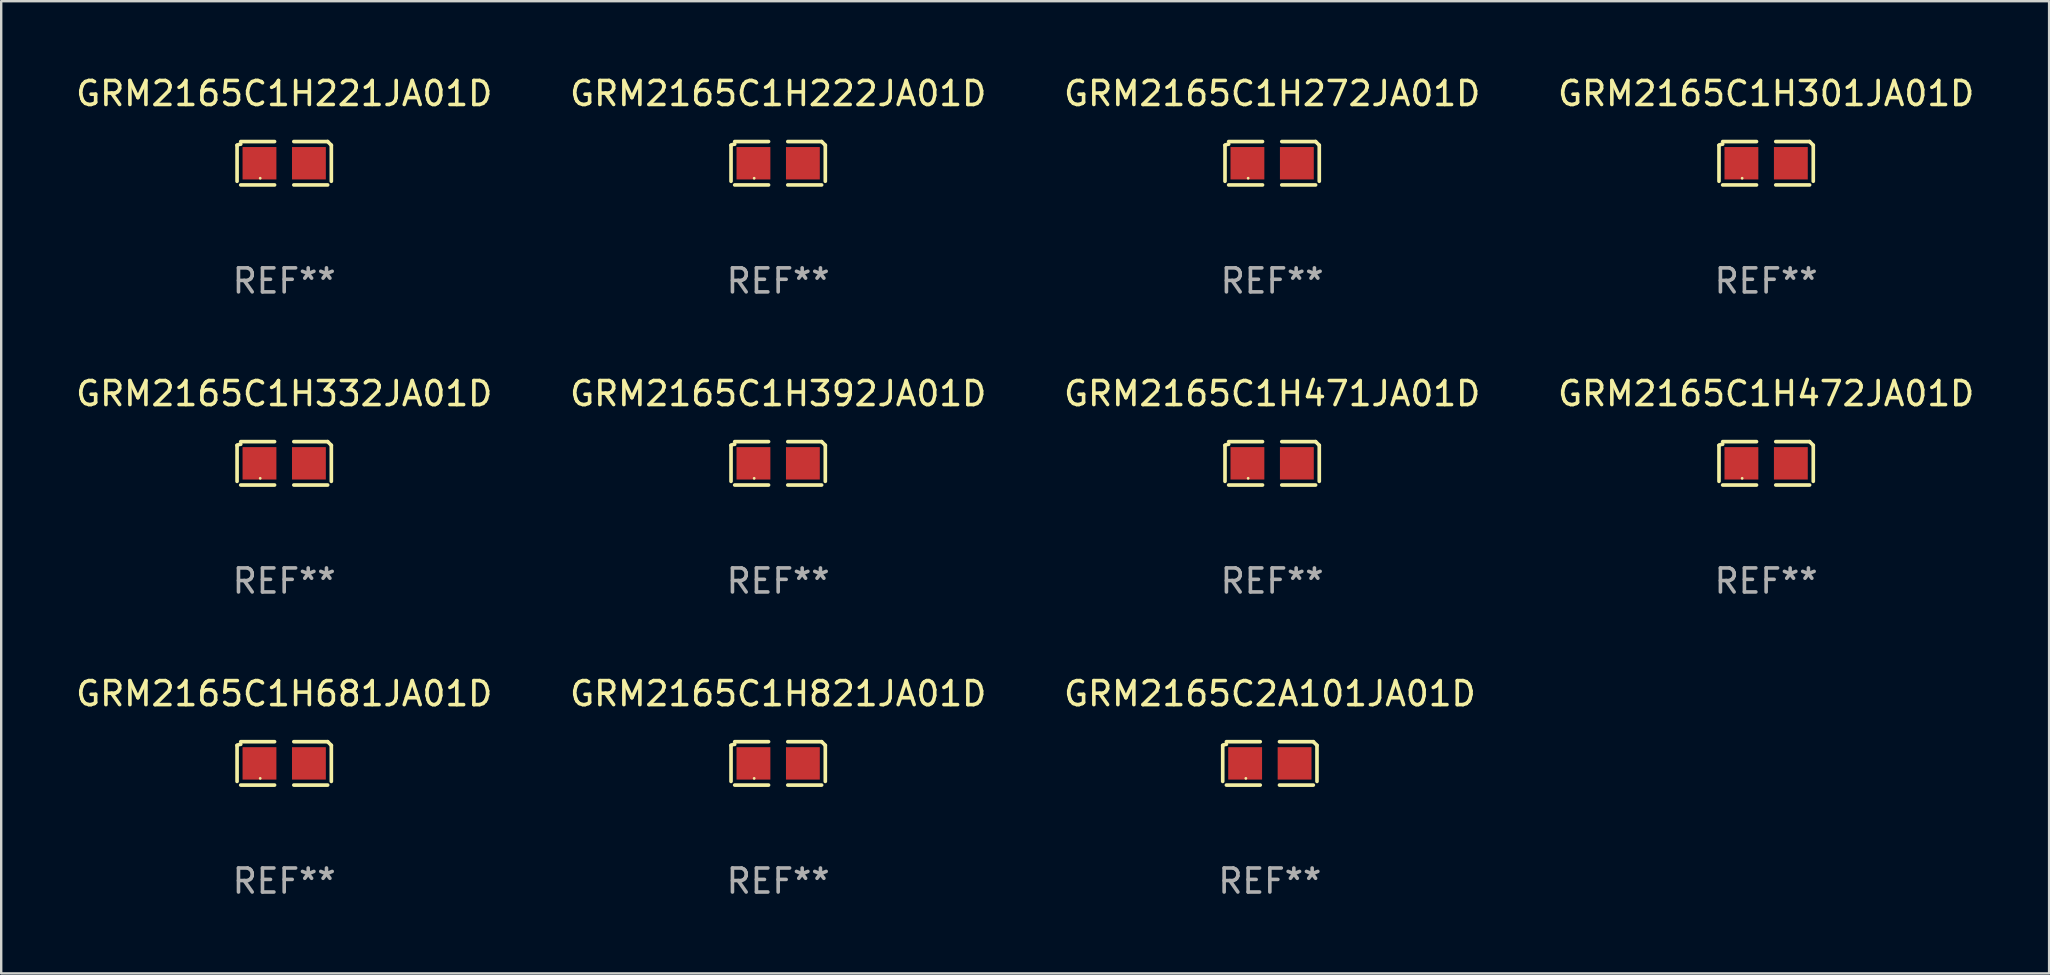
<source format=kicad_pcb>
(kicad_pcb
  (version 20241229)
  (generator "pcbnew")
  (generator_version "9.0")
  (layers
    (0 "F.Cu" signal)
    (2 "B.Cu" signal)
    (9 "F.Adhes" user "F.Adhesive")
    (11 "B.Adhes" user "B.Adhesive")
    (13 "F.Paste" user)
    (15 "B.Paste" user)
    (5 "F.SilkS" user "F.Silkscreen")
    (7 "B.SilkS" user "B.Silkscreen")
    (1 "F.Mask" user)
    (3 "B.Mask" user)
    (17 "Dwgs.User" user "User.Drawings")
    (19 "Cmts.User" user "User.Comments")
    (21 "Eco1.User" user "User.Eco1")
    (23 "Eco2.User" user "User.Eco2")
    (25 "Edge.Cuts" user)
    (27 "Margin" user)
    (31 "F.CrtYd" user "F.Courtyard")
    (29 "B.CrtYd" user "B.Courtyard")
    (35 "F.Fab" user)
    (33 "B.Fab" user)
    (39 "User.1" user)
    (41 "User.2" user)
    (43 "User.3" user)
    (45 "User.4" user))
  (footprint "GRM2165C1H301JA01D"
    (layer "F.Cu")
    (at 70.542 3.752)
    (property "Reference" "GRM2165C1H301JA01D" (at 0 -2.904 0) (layer "F.SilkS") (effects (font (size 1 1) (thickness 0.15))))
    (attr through_hole)
    (fp_line (start -1.964 0.751) (end -1.964 -0.751) (stroke (width 0.152) (type solid)) (layer "F.SilkS"))
    (fp_line (start -1.811 -0.904) (end -0.401 -0.904) (stroke (width 0.152) (type solid)) (layer "F.SilkS"))
    (fp_line (start -0.401 0.904) (end -1.811 0.904) (stroke (width 0.152) (type solid)) (layer "F.SilkS"))
    (fp_line (start 0.401 0.904) (end 1.811 0.904) (stroke (width 0.152) (type solid)) (layer "F.SilkS"))
    (fp_line (start 1.811 -0.904) (end 0.401 -0.904) (stroke (width 0.152) (type solid)) (layer "F.SilkS"))
    (fp_line (start 1.964 0.751) (end 1.964 -0.751) (stroke (width 0.152) (type solid)) (layer "F.SilkS"))
    (fp_arc (start -1.963602 -0.751207) (mid -1.890354 -0.783131) (end -1.811201 -0.794044) (stroke (width 0.1524) (type solid)) (layer "F.SilkS"))
    (fp_arc (start 1.811202 -0.903607) (mid 1.887413 -0.827418) (end 1.963602 -0.751207) (stroke (width 0.1524) (type solid)) (layer "F.SilkS"))
    (fp_circle (center -1 0.625) (end -0.97 0.625) (stroke (width 0.06) (type solid)) (fill no) (layer "F.SilkS"))
    (fp_text user "REF**" (at 0 4.904 0) (layer "F.Fab") (effects (font (size 1 1) (thickness 0.15))))
    (pad "1" smd rect (at -1.03 0) (size 1.41 1.35) (layers "F.Cu" "F.Mask" "F.Paste"))
    (pad "2" smd rect (at 1.03 0) (size 1.41 1.35) (layers "F.Cu" "F.Mask" "F.Paste")))
  (footprint "GRM2165C1H222JA01D"
    (layer "F.Cu")
    (at 29.375 3.752)
    (property "Reference" "GRM2165C1H222JA01D" (at 0 -2.904 0) (layer "F.SilkS") (effects (font (size 1 1) (thickness 0.15))))
    (attr through_hole)
    (fp_line (start -1.964 0.751) (end -1.964 -0.751) (stroke (width 0.152) (type solid)) (layer "F.SilkS"))
    (fp_line (start -1.811 -0.904) (end -0.401 -0.904) (stroke (width 0.152) (type solid)) (layer "F.SilkS"))
    (fp_line (start -0.401 0.904) (end -1.811 0.904) (stroke (width 0.152) (type solid)) (layer "F.SilkS"))
    (fp_line (start 0.401 0.904) (end 1.811 0.904) (stroke (width 0.152) (type solid)) (layer "F.SilkS"))
    (fp_line (start 1.811 -0.904) (end 0.401 -0.904) (stroke (width 0.152) (type solid)) (layer "F.SilkS"))
    (fp_line (start 1.964 0.751) (end 1.964 -0.751) (stroke (width 0.152) (type solid)) (layer "F.SilkS"))
    (fp_arc (start -1.963602 -0.751207) (mid -1.890354 -0.783131) (end -1.811201 -0.794044) (stroke (width 0.1524) (type solid)) (layer "F.SilkS"))
    (fp_arc (start 1.811202 -0.903607) (mid 1.887413 -0.827418) (end 1.963602 -0.751207) (stroke (width 0.1524) (type solid)) (layer "F.SilkS"))
    (fp_circle (center -1 0.625) (end -0.97 0.625) (stroke (width 0.06) (type solid)) (fill no) (layer "F.SilkS"))
    (fp_text user "REF**" (at 0 4.904 0) (layer "F.Fab") (effects (font (size 1 1) (thickness 0.15))))
    (pad "1" smd rect (at -1.03 0) (size 1.41 1.35) (layers "F.Cu" "F.Mask" "F.Paste"))
    (pad "2" smd rect (at 1.03 0) (size 1.41 1.35) (layers "F.Cu" "F.Mask" "F.Paste")))
  (footprint "GRM2165C1H221JA01D"
    (layer "F.Cu")
    (at 8.792 3.752)
    (property "Reference" "GRM2165C1H221JA01D" (at 0 -2.904 0) (layer "F.SilkS") (effects (font (size 1 1) (thickness 0.15))))
    (attr through_hole)
    (fp_line (start -1.964 0.751) (end -1.964 -0.751) (stroke (width 0.152) (type solid)) (layer "F.SilkS"))
    (fp_line (start -1.811 -0.904) (end -0.401 -0.904) (stroke (width 0.152) (type solid)) (layer "F.SilkS"))
    (fp_line (start -0.401 0.904) (end -1.811 0.904) (stroke (width 0.152) (type solid)) (layer "F.SilkS"))
    (fp_line (start 0.401 0.904) (end 1.811 0.904) (stroke (width 0.152) (type solid)) (layer "F.SilkS"))
    (fp_line (start 1.811 -0.904) (end 0.401 -0.904) (stroke (width 0.152) (type solid)) (layer "F.SilkS"))
    (fp_line (start 1.964 0.751) (end 1.964 -0.751) (stroke (width 0.152) (type solid)) (layer "F.SilkS"))
    (fp_arc (start -1.963602 -0.751207) (mid -1.890354 -0.783131) (end -1.811201 -0.794044) (stroke (width 0.1524) (type solid)) (layer "F.SilkS"))
    (fp_arc (start 1.811202 -0.903607) (mid 1.887413 -0.827418) (end 1.963602 -0.751207) (stroke (width 0.1524) (type solid)) (layer "F.SilkS"))
    (fp_circle (center -1 0.625) (end -0.97 0.625) (stroke (width 0.06) (type solid)) (fill no) (layer "F.SilkS"))
    (fp_text user "REF**" (at 0 4.904 0) (layer "F.Fab") (effects (font (size 1 1) (thickness 0.15))))
    (pad "1" smd rect (at -1.03 0) (size 1.41 1.35) (layers "F.Cu" "F.Mask" "F.Paste"))
    (pad "2" smd rect (at 1.03 0) (size 1.41 1.35) (layers "F.Cu" "F.Mask" "F.Paste")))
  (footprint "GRM2165C1H332JA01D"
    (layer "F.Cu")
    (at 8.792 16.256)
    (property "Reference" "GRM2165C1H332JA01D" (at 0 -2.904 0) (layer "F.SilkS") (effects (font (size 1 1) (thickness 0.15))))
    (attr through_hole)
    (fp_line (start -1.964 0.751) (end -1.964 -0.751) (stroke (width 0.152) (type solid)) (layer "F.SilkS"))
    (fp_line (start -1.811 -0.904) (end -0.401 -0.904) (stroke (width 0.152) (type solid)) (layer "F.SilkS"))
    (fp_line (start -0.401 0.904) (end -1.811 0.904) (stroke (width 0.152) (type solid)) (layer "F.SilkS"))
    (fp_line (start 0.401 0.904) (end 1.811 0.904) (stroke (width 0.152) (type solid)) (layer "F.SilkS"))
    (fp_line (start 1.811 -0.904) (end 0.401 -0.904) (stroke (width 0.152) (type solid)) (layer "F.SilkS"))
    (fp_line (start 1.964 0.751) (end 1.964 -0.751) (stroke (width 0.152) (type solid)) (layer "F.SilkS"))
    (fp_arc (start -1.963602 -0.751207) (mid -1.890354 -0.783131) (end -1.811201 -0.794044) (stroke (width 0.1524) (type solid)) (layer "F.SilkS"))
    (fp_arc (start 1.811202 -0.903607) (mid 1.887413 -0.827418) (end 1.963602 -0.751207) (stroke (width 0.1524) (type solid)) (layer "F.SilkS"))
    (fp_circle (center -1 0.625) (end -0.97 0.625) (stroke (width 0.06) (type solid)) (fill no) (layer "F.SilkS"))
    (fp_text user "REF**" (at 0 4.904 0) (layer "F.Fab") (effects (font (size 1 1) (thickness 0.15))))
    (pad "1" smd rect (at -1.03 0) (size 1.41 1.35) (layers "F.Cu" "F.Mask" "F.Paste"))
    (pad "2" smd rect (at 1.03 0) (size 1.41 1.35) (layers "F.Cu" "F.Mask" "F.Paste")))
  (footprint "GRM2165C1H392JA01D"
    (layer "F.Cu")
    (at 29.375 16.256)
    (property "Reference" "GRM2165C1H392JA01D" (at 0 -2.904 0) (layer "F.SilkS") (effects (font (size 1 1) (thickness 0.15))))
    (attr through_hole)
    (fp_line (start -1.964 0.751) (end -1.964 -0.751) (stroke (width 0.152) (type solid)) (layer "F.SilkS"))
    (fp_line (start -1.811 -0.904) (end -0.401 -0.904) (stroke (width 0.152) (type solid)) (layer "F.SilkS"))
    (fp_line (start -0.401 0.904) (end -1.811 0.904) (stroke (width 0.152) (type solid)) (layer "F.SilkS"))
    (fp_line (start 0.401 0.904) (end 1.811 0.904) (stroke (width 0.152) (type solid)) (layer "F.SilkS"))
    (fp_line (start 1.811 -0.904) (end 0.401 -0.904) (stroke (width 0.152) (type solid)) (layer "F.SilkS"))
    (fp_line (start 1.964 0.751) (end 1.964 -0.751) (stroke (width 0.152) (type solid)) (layer "F.SilkS"))
    (fp_arc (start -1.963602 -0.751207) (mid -1.890354 -0.783131) (end -1.811201 -0.794044) (stroke (width 0.1524) (type solid)) (layer "F.SilkS"))
    (fp_arc (start 1.811202 -0.903607) (mid 1.887413 -0.827418) (end 1.963602 -0.751207) (stroke (width 0.1524) (type solid)) (layer "F.SilkS"))
    (fp_circle (center -1 0.625) (end -0.97 0.625) (stroke (width 0.06) (type solid)) (fill no) (layer "F.SilkS"))
    (fp_text user "REF**" (at 0 4.904 0) (layer "F.Fab") (effects (font (size 1 1) (thickness 0.15))))
    (pad "1" smd rect (at -1.03 0) (size 1.41 1.35) (layers "F.Cu" "F.Mask" "F.Paste"))
    (pad "2" smd rect (at 1.03 0) (size 1.41 1.35) (layers "F.Cu" "F.Mask" "F.Paste")))
  (footprint "GRM2165C1H272JA01D"
    (layer "F.Cu")
    (at 49.958 3.752)
    (property "Reference" "GRM2165C1H272JA01D" (at 0 -2.904 0) (layer "F.SilkS") (effects (font (size 1 1) (thickness 0.15))))
    (attr through_hole)
    (fp_line (start -1.964 0.751) (end -1.964 -0.751) (stroke (width 0.152) (type solid)) (layer "F.SilkS"))
    (fp_line (start -1.811 -0.904) (end -0.401 -0.904) (stroke (width 0.152) (type solid)) (layer "F.SilkS"))
    (fp_line (start -0.401 0.904) (end -1.811 0.904) (stroke (width 0.152) (type solid)) (layer "F.SilkS"))
    (fp_line (start 0.401 0.904) (end 1.811 0.904) (stroke (width 0.152) (type solid)) (layer "F.SilkS"))
    (fp_line (start 1.811 -0.904) (end 0.401 -0.904) (stroke (width 0.152) (type solid)) (layer "F.SilkS"))
    (fp_line (start 1.964 0.751) (end 1.964 -0.751) (stroke (width 0.152) (type solid)) (layer "F.SilkS"))
    (fp_arc (start -1.963602 -0.751207) (mid -1.890354 -0.783131) (end -1.811201 -0.794044) (stroke (width 0.1524) (type solid)) (layer "F.SilkS"))
    (fp_arc (start 1.811202 -0.903607) (mid 1.887413 -0.827418) (end 1.963602 -0.751207) (stroke (width 0.1524) (type solid)) (layer "F.SilkS"))
    (fp_circle (center -1 0.625) (end -0.97 0.625) (stroke (width 0.06) (type solid)) (fill no) (layer "F.SilkS"))
    (fp_text user "REF**" (at 0 4.904 0) (layer "F.Fab") (effects (font (size 1 1) (thickness 0.15))))
    (pad "1" smd rect (at -1.03 0) (size 1.41 1.35) (layers "F.Cu" "F.Mask" "F.Paste"))
    (pad "2" smd rect (at 1.03 0) (size 1.41 1.35) (layers "F.Cu" "F.Mask" "F.Paste")))
  (footprint "GRM2165C2A101JA01D"
    (layer "F.Cu")
    (at 49.863 28.759)
    (property "Reference" "GRM2165C2A101JA01D" (at 0 -2.904 0) (layer "F.SilkS") (effects (font (size 1 1) (thickness 0.15))))
    (attr through_hole)
    (fp_line (start -1.964 0.751) (end -1.964 -0.751) (stroke (width 0.152) (type solid)) (layer "F.SilkS"))
    (fp_line (start -1.811 -0.904) (end -0.401 -0.904) (stroke (width 0.152) (type solid)) (layer "F.SilkS"))
    (fp_line (start -0.401 0.904) (end -1.811 0.904) (stroke (width 0.152) (type solid)) (layer "F.SilkS"))
    (fp_line (start 0.401 0.904) (end 1.811 0.904) (stroke (width 0.152) (type solid)) (layer "F.SilkS"))
    (fp_line (start 1.811 -0.904) (end 0.401 -0.904) (stroke (width 0.152) (type solid)) (layer "F.SilkS"))
    (fp_line (start 1.964 0.751) (end 1.964 -0.751) (stroke (width 0.152) (type solid)) (layer "F.SilkS"))
    (fp_arc (start -1.963602 -0.751207) (mid -1.890354 -0.783131) (end -1.811201 -0.794044) (stroke (width 0.1524) (type solid)) (layer "F.SilkS"))
    (fp_arc (start 1.811202 -0.903607) (mid 1.887413 -0.827418) (end 1.963602 -0.751207) (stroke (width 0.1524) (type solid)) (layer "F.SilkS"))
    (fp_circle (center -1 0.625) (end -0.97 0.625) (stroke (width 0.06) (type solid)) (fill no) (layer "F.SilkS"))
    (fp_text user "REF**" (at 0 4.904 0) (layer "F.Fab") (effects (font (size 1 1) (thickness 0.15))))
    (pad "1" smd rect (at -1.03 0) (size 1.41 1.35) (layers "F.Cu" "F.Mask" "F.Paste"))
    (pad "2" smd rect (at 1.03 0) (size 1.41 1.35) (layers "F.Cu" "F.Mask" "F.Paste")))
  (footprint "GRM2165C1H471JA01D"
    (layer "F.Cu")
    (at 49.958 16.256)
    (property "Reference" "GRM2165C1H471JA01D" (at 0 -2.904 0) (layer "F.SilkS") (effects (font (size 1 1) (thickness 0.15))))
    (attr through_hole)
    (fp_line (start -1.964 0.751) (end -1.964 -0.751) (stroke (width 0.152) (type solid)) (layer "F.SilkS"))
    (fp_line (start -1.811 -0.904) (end -0.401 -0.904) (stroke (width 0.152) (type solid)) (layer "F.SilkS"))
    (fp_line (start -0.401 0.904) (end -1.811 0.904) (stroke (width 0.152) (type solid)) (layer "F.SilkS"))
    (fp_line (start 0.401 0.904) (end 1.811 0.904) (stroke (width 0.152) (type solid)) (layer "F.SilkS"))
    (fp_line (start 1.811 -0.904) (end 0.401 -0.904) (stroke (width 0.152) (type solid)) (layer "F.SilkS"))
    (fp_line (start 1.964 0.751) (end 1.964 -0.751) (stroke (width 0.152) (type solid)) (layer "F.SilkS"))
    (fp_arc (start -1.963602 -0.751207) (mid -1.890354 -0.783131) (end -1.811201 -0.794044) (stroke (width 0.1524) (type solid)) (layer "F.SilkS"))
    (fp_arc (start 1.811202 -0.903607) (mid 1.887413 -0.827418) (end 1.963602 -0.751207) (stroke (width 0.1524) (type solid)) (layer "F.SilkS"))
    (fp_circle (center -1 0.625) (end -0.97 0.625) (stroke (width 0.06) (type solid)) (fill no) (layer "F.SilkS"))
    (fp_text user "REF**" (at 0 4.904 0) (layer "F.Fab") (effects (font (size 1 1) (thickness 0.15))))
    (pad "1" smd rect (at -1.03 0) (size 1.41 1.35) (layers "F.Cu" "F.Mask" "F.Paste"))
    (pad "2" smd rect (at 1.03 0) (size 1.41 1.35) (layers "F.Cu" "F.Mask" "F.Paste")))
  (footprint "GRM2165C1H472JA01D"
    (layer "F.Cu")
    (at 70.542 16.256)
    (property "Reference" "GRM2165C1H472JA01D" (at 0 -2.904 0) (layer "F.SilkS") (effects (font (size 1 1) (thickness 0.15))))
    (attr through_hole)
    (fp_line (start -1.964 0.751) (end -1.964 -0.751) (stroke (width 0.152) (type solid)) (layer "F.SilkS"))
    (fp_line (start -1.811 -0.904) (end -0.401 -0.904) (stroke (width 0.152) (type solid)) (layer "F.SilkS"))
    (fp_line (start -0.401 0.904) (end -1.811 0.904) (stroke (width 0.152) (type solid)) (layer "F.SilkS"))
    (fp_line (start 0.401 0.904) (end 1.811 0.904) (stroke (width 0.152) (type solid)) (layer "F.SilkS"))
    (fp_line (start 1.811 -0.904) (end 0.401 -0.904) (stroke (width 0.152) (type solid)) (layer "F.SilkS"))
    (fp_line (start 1.964 0.751) (end 1.964 -0.751) (stroke (width 0.152) (type solid)) (layer "F.SilkS"))
    (fp_arc (start -1.963602 -0.751207) (mid -1.890354 -0.783131) (end -1.811201 -0.794044) (stroke (width 0.1524) (type solid)) (layer "F.SilkS"))
    (fp_arc (start 1.811202 -0.903607) (mid 1.887413 -0.827418) (end 1.963602 -0.751207) (stroke (width 0.1524) (type solid)) (layer "F.SilkS"))
    (fp_circle (center -1 0.625) (end -0.97 0.625) (stroke (width 0.06) (type solid)) (fill no) (layer "F.SilkS"))
    (fp_text user "REF**" (at 0 4.904 0) (layer "F.Fab") (effects (font (size 1 1) (thickness 0.15))))
    (pad "1" smd rect (at -1.03 0) (size 1.41 1.35) (layers "F.Cu" "F.Mask" "F.Paste"))
    (pad "2" smd rect (at 1.03 0) (size 1.41 1.35) (layers "F.Cu" "F.Mask" "F.Paste")))
  (footprint "GRM2165C1H821JA01D"
    (layer "F.Cu")
    (at 29.375 28.759)
    (property "Reference" "GRM2165C1H821JA01D" (at 0 -2.904 0) (layer "F.SilkS") (effects (font (size 1 1) (thickness 0.15))))
    (attr through_hole)
    (fp_line (start -1.964 0.751) (end -1.964 -0.751) (stroke (width 0.152) (type solid)) (layer "F.SilkS"))
    (fp_line (start -1.811 -0.904) (end -0.401 -0.904) (stroke (width 0.152) (type solid)) (layer "F.SilkS"))
    (fp_line (start -0.401 0.904) (end -1.811 0.904) (stroke (width 0.152) (type solid)) (layer "F.SilkS"))
    (fp_line (start 0.401 0.904) (end 1.811 0.904) (stroke (width 0.152) (type solid)) (layer "F.SilkS"))
    (fp_line (start 1.811 -0.904) (end 0.401 -0.904) (stroke (width 0.152) (type solid)) (layer "F.SilkS"))
    (fp_line (start 1.964 0.751) (end 1.964 -0.751) (stroke (width 0.152) (type solid)) (layer "F.SilkS"))
    (fp_arc (start -1.963602 -0.751207) (mid -1.890354 -0.783131) (end -1.811201 -0.794044) (stroke (width 0.1524) (type solid)) (layer "F.SilkS"))
    (fp_arc (start 1.811202 -0.903607) (mid 1.887413 -0.827418) (end 1.963602 -0.751207) (stroke (width 0.1524) (type solid)) (layer "F.SilkS"))
    (fp_circle (center -1 0.625) (end -0.97 0.625) (stroke (width 0.06) (type solid)) (fill no) (layer "F.SilkS"))
    (fp_text user "REF**" (at 0 4.904 0) (layer "F.Fab") (effects (font (size 1 1) (thickness 0.15))))
    (pad "1" smd rect (at -1.03 0) (size 1.41 1.35) (layers "F.Cu" "F.Mask" "F.Paste"))
    (pad "2" smd rect (at 1.03 0) (size 1.41 1.35) (layers "F.Cu" "F.Mask" "F.Paste")))
  (footprint "GRM2165C1H681JA01D"
    (layer "F.Cu")
    (at 8.792 28.759)
    (property "Reference" "GRM2165C1H681JA01D" (at 0 -2.904 0) (layer "F.SilkS") (effects (font (size 1 1) (thickness 0.15))))
    (attr through_hole)
    (fp_line (start -1.964 0.751) (end -1.964 -0.751) (stroke (width 0.152) (type solid)) (layer "F.SilkS"))
    (fp_line (start -1.811 -0.904) (end -0.401 -0.904) (stroke (width 0.152) (type solid)) (layer "F.SilkS"))
    (fp_line (start -0.401 0.904) (end -1.811 0.904) (stroke (width 0.152) (type solid)) (layer "F.SilkS"))
    (fp_line (start 0.401 0.904) (end 1.811 0.904) (stroke (width 0.152) (type solid)) (layer "F.SilkS"))
    (fp_line (start 1.811 -0.904) (end 0.401 -0.904) (stroke (width 0.152) (type solid)) (layer "F.SilkS"))
    (fp_line (start 1.964 0.751) (end 1.964 -0.751) (stroke (width 0.152) (type solid)) (layer "F.SilkS"))
    (fp_arc (start -1.963602 -0.751207) (mid -1.890354 -0.783131) (end -1.811201 -0.794044) (stroke (width 0.1524) (type solid)) (layer "F.SilkS"))
    (fp_arc (start 1.811202 -0.903607) (mid 1.887413 -0.827418) (end 1.963602 -0.751207) (stroke (width 0.1524) (type solid)) (layer "F.SilkS"))
    (fp_circle (center -1 0.625) (end -0.97 0.625) (stroke (width 0.06) (type solid)) (fill no) (layer "F.SilkS"))
    (fp_text user "REF**" (at 0 4.904 0) (layer "F.Fab") (effects (font (size 1 1) (thickness 0.15))))
    (pad "1" smd rect (at -1.03 0) (size 1.41 1.35) (layers "F.Cu" "F.Mask" "F.Paste"))
    (pad "2" smd rect (at 1.03 0) (size 1.41 1.35) (layers "F.Cu" "F.Mask" "F.Paste")))
  (gr_rect
    (start -3 -3)
    (end 82.333 37.511)
    (stroke (width 0.1) (type default))
    (fill no)
    (layer "Edge.Cuts")))
</source>
